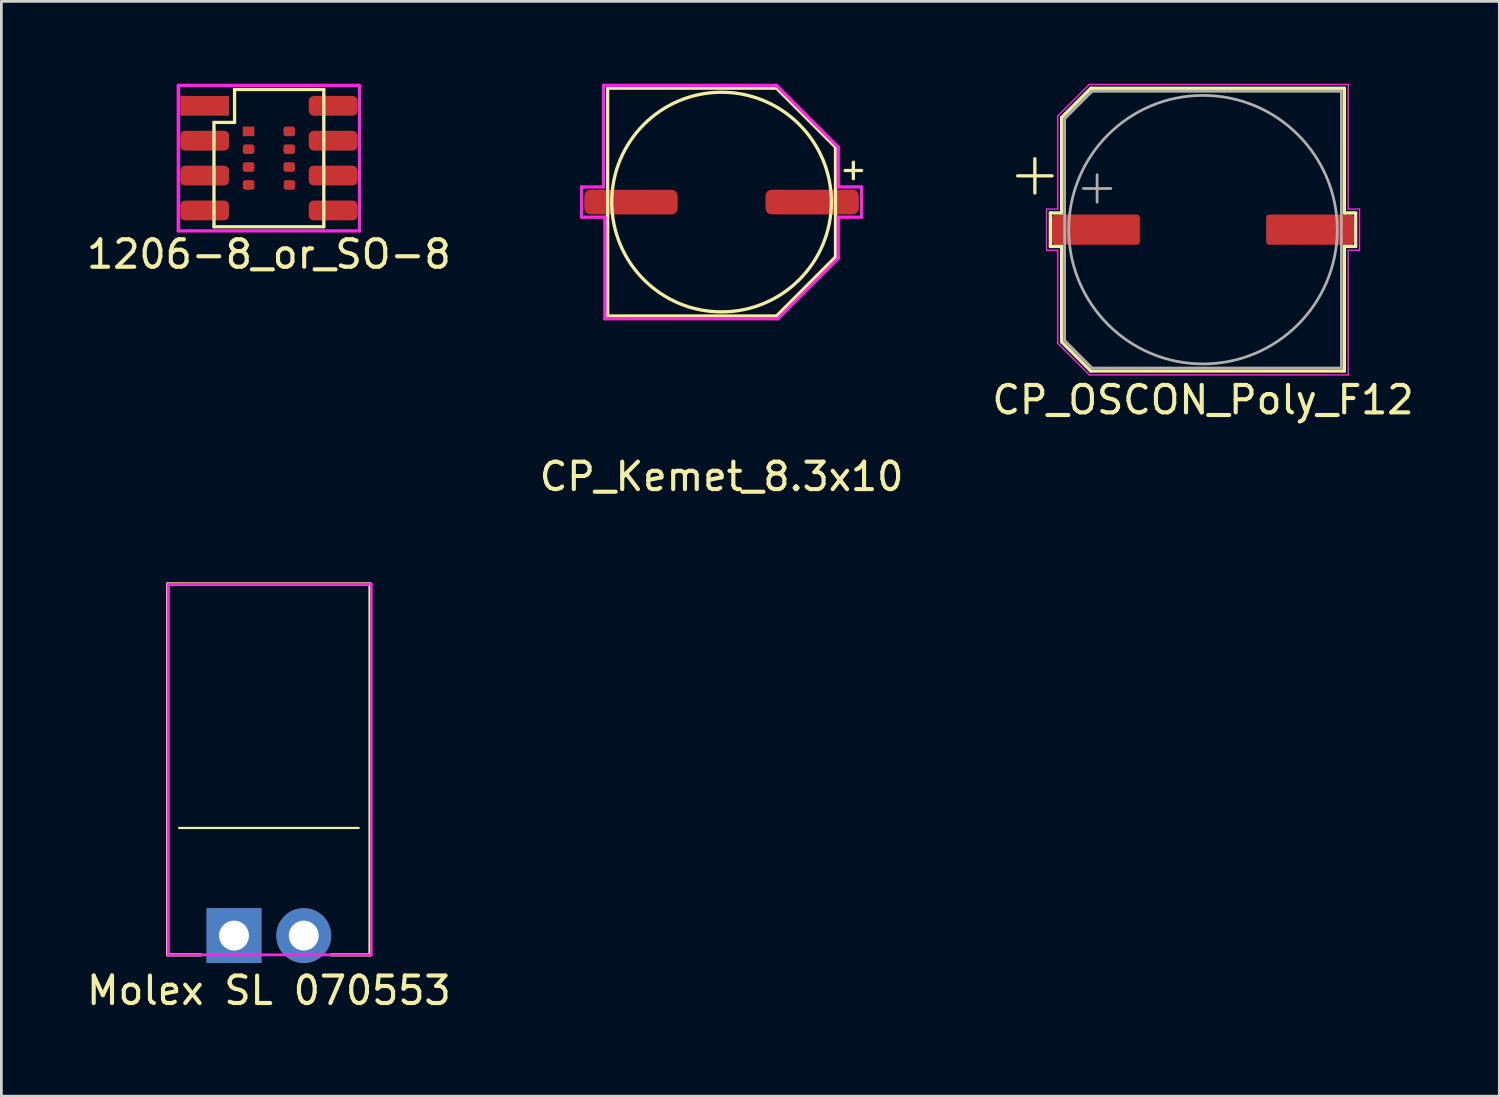
<source format=kicad_pcb>
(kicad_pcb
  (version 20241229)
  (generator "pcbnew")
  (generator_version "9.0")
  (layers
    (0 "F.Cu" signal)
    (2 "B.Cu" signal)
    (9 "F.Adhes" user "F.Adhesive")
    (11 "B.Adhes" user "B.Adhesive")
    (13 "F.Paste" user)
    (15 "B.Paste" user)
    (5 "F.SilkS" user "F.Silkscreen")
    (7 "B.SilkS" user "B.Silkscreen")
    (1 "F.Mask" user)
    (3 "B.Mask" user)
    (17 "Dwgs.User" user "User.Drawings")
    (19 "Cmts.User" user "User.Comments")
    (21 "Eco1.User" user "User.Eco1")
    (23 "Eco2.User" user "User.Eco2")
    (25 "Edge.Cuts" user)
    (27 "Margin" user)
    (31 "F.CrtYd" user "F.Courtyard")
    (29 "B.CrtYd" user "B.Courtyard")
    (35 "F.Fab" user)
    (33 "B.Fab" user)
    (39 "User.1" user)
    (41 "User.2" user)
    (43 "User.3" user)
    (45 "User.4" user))
  (footprint "CP_Kemet_8.3x10"
    (layer "F.Cu")
    (at 23.232 4.31)
    (property "Reference" "CP_Kemet_8.3x10" (at 0 10 0) (layer "F.SilkS") (effects (font (size 1 1) (thickness 0.15))))
    (attr through_hole)
    (fp_line (start -4.15 -4.15) (end -4.15 4.15) (stroke (width 0.12) (type solid)) (layer "F.SilkS"))
    (fp_line (start -4.15 4.15) (end 2 4.15) (stroke (width 0.12) (type solid)) (layer "F.SilkS"))
    (fp_line (start 2 -4.15) (end -4.15 -4.15) (stroke (width 0.12) (type solid)) (layer "F.SilkS"))
    (fp_line (start 2 4.15) (end 4.15 2) (stroke (width 0.12) (type solid)) (layer "F.SilkS"))
    (fp_line (start 4.15 -2) (end 2 -4.15) (stroke (width 0.12) (type solid)) (layer "F.SilkS"))
    (fp_line (start 4.15 2) (end 4.15 -2) (stroke (width 0.12) (type solid)) (layer "F.SilkS"))
    (fp_line (start 4.8 -1.45) (end 4.8 -0.85) (stroke (width 0.12) (type solid)) (layer "F.SilkS"))
    (fp_line (start 5.1 -1.15) (end 4.5 -1.15) (stroke (width 0.12) (type solid)) (layer "F.SilkS"))
    (fp_circle (center 0 0) (end 4 0) (stroke (width 0.12) (type solid)) (fill no) (layer "F.SilkS"))
    (fp_line (start -5.1 -0.55) (end -4.3 -0.55) (stroke (width 0.12) (type solid)) (layer "F.CrtYd"))
    (fp_line (start -5.1 0.55) (end -5.1 -0.55) (stroke (width 0.12) (type solid)) (layer "F.CrtYd"))
    (fp_line (start -4.3 -4.25) (end -4.25 -4.25) (stroke (width 0.12) (type solid)) (layer "F.CrtYd"))
    (fp_line (start -4.3 -0.55) (end -4.3 -4.25) (stroke (width 0.12) (type solid)) (layer "F.CrtYd"))
    (fp_line (start -4.25 -4.25) (end 2 -4.25) (stroke (width 0.12) (type solid)) (layer "F.CrtYd"))
    (fp_line (start -4.25 0.55) (end -5.1 0.55) (stroke (width 0.12) (type solid)) (layer "F.CrtYd"))
    (fp_line (start -4.25 4.25) (end -4.25 0.55) (stroke (width 0.12) (type solid)) (layer "F.CrtYd"))
    (fp_line (start 2 -4.25) (end 4.25 -2) (stroke (width 0.12) (type solid)) (layer "F.CrtYd"))
    (fp_line (start 2.05 4.25) (end -4.25 4.25) (stroke (width 0.12) (type solid)) (layer "F.CrtYd"))
    (fp_line (start 4.25 -2) (end 4.25 -0.55) (stroke (width 0.12) (type solid)) (layer "F.CrtYd"))
    (fp_line (start 4.25 -0.55) (end 5.1 -0.55) (stroke (width 0.12) (type solid)) (layer "F.CrtYd"))
    (fp_line (start 4.25 0.55) (end 4.25 2.05) (stroke (width 0.12) (type solid)) (layer "F.CrtYd"))
    (fp_line (start 4.25 2.05) (end 2.05 4.25) (stroke (width 0.12) (type solid)) (layer "F.CrtYd"))
    (fp_line (start 5.1 -0.55) (end 5.1 0.55) (stroke (width 0.12) (type solid)) (layer "F.CrtYd"))
    (fp_line (start 5.1 0.55) (end 4.25 0.55) (stroke (width 0.12) (type solid)) (layer "F.CrtYd"))
    (pad "1" smd roundrect (at 3.3 0) (size 3.4 0.9) (layers "F.Cu" "F.Mask" "F.Paste") (roundrect_rratio 0.25))
    (pad "2" smd roundrect (at -3.3 0) (size 3.4 0.9) (layers "F.Cu" "F.Mask" "F.Paste") (roundrect_rratio 0.25)))
  (footprint "1206-8_or_SO-8"
    (layer "F.Cu")
    (at 6.744 2.71)
    (property "Reference" "1206-8_or_SO-8" (at 0 3.5 0) (layer "F.SilkS") (effects (font (size 1 1) (thickness 0.15))))
    (attr through_hole)
    (fp_line (start -2 -1.3) (end -1.25 -1.3) (stroke (width 0.12) (type solid)) (layer "F.SilkS"))
    (fp_line (start -2 2.5) (end -2 -1.3) (stroke (width 0.12) (type solid)) (layer "F.SilkS"))
    (fp_line (start -1.25 -2.5) (end 2 -2.5) (stroke (width 0.12) (type solid)) (layer "F.SilkS"))
    (fp_line (start -1.25 -1.3) (end -1.25 -2.5) (stroke (width 0.12) (type solid)) (layer "F.SilkS"))
    (fp_line (start 2 -2.5) (end 2 2.5) (stroke (width 0.12) (type solid)) (layer "F.SilkS"))
    (fp_line (start 2 2.5) (end -2 2.5) (stroke (width 0.12) (type solid)) (layer "F.SilkS"))
    (fp_line (start -3.3 -2.65) (end 3.3 -2.65) (stroke (width 0.12) (type solid)) (layer "F.CrtYd"))
    (fp_line (start -3.3 2.65) (end -3.3 -2.65) (stroke (width 0.12) (type solid)) (layer "F.CrtYd"))
    (fp_line (start 3.3 -2.65) (end 3.3 2.65) (stroke (width 0.12) (type solid)) (layer "F.CrtYd"))
    (fp_line (start 3.3 2.65) (end -3.3 2.65) (stroke (width 0.12) (type solid)) (layer "F.CrtYd"))
    (pad "1" smd rect (at -2.34 -1.905) (size 1.78 0.72) (layers "F.Cu" "F.Mask" "F.Paste"))
    (pad "1" smd rect (at -0.74 -0.975) (size 0.42 0.35) (layers "F.Cu" "F.Mask" "F.Paste"))
    (pad "2" smd roundrect (at -2.34 -0.635) (size 1.78 0.72) (layers "F.Cu" "F.Mask" "F.Paste") (roundrect_rratio 0.25))
    (pad "2" smd roundrect (at -0.74 -0.325) (size 0.42 0.35) (layers "F.Cu" "F.Mask" "F.Paste") (roundrect_rratio 0.25))
    (pad "3" smd roundrect (at -2.34 0.635) (size 1.78 0.72) (layers "F.Cu" "F.Mask" "F.Paste") (roundrect_rratio 0.25))
    (pad "3" smd roundrect (at -0.74 0.325) (size 0.42 0.35) (layers "F.Cu" "F.Mask" "F.Paste") (roundrect_rratio 0.25))
    (pad "4" smd roundrect (at -2.34 1.905) (size 1.78 0.72) (layers "F.Cu" "F.Mask" "F.Paste") (roundrect_rratio 0.25))
    (pad "4" smd roundrect (at -0.74 0.975) (size 0.42 0.35) (layers "F.Cu" "F.Mask" "F.Paste") (roundrect_rratio 0.25))
    (pad "5" smd roundrect (at 0.75 0.975) (size 0.42 0.35) (layers "F.Cu" "F.Mask" "F.Paste") (roundrect_rratio 0.25))
    (pad "5" smd roundrect (at 2.34 1.905) (size 1.78 0.72) (layers "F.Cu" "F.Mask" "F.Paste") (roundrect_rratio 0.25))
    (pad "6" smd roundrect (at 0.74 0.325) (size 0.42 0.35) (layers "F.Cu" "F.Mask" "F.Paste") (roundrect_rratio 0.25))
    (pad "6" smd roundrect (at 2.34 0.635) (size 1.78 0.72) (layers "F.Cu" "F.Mask" "F.Paste") (roundrect_rratio 0.25))
    (pad "7" smd roundrect (at 0.74 -0.325) (size 0.42 0.35) (layers "F.Cu" "F.Mask" "F.Paste") (roundrect_rratio 0.25))
    (pad "7" smd roundrect (at 2.34 -0.635) (size 1.78 0.72) (layers "F.Cu" "F.Mask" "F.Paste") (roundrect_rratio 0.25))
    (pad "8" smd roundrect (at 0.74 -0.975) (size 0.42 0.35) (layers "F.Cu" "F.Mask" "F.Paste") (roundrect_rratio 0.25))
    (pad "8" smd roundrect (at 2.34 -1.905) (size 1.78 0.72) (layers "F.Cu" "F.Mask" "F.Paste") (roundrect_rratio 0.25)))
  (footprint "Molex SL 070553"
    (layer "F.Cu")
    (at 5.474 31.028)
    (property "Reference" "Molex SL 070553" (at 1.27 2 0) (layer "F.SilkS") (effects (font (size 1 1) (thickness 0.15))))
    (attr through_hole)
    (fp_line (start -2.415 -12.81) (end 4.955 -12.81) (stroke (width 0.12) (type solid)) (layer "F.SilkS"))
    (fp_line (start -2.415 0.7) (end -2.415 -12.81) (stroke (width 0.12) (type solid)) (layer "F.SilkS"))
    (fp_line (start -1.2 0.7) (end -2.415 0.7) (stroke (width 0.12) (type solid)) (layer "F.SilkS"))
    (fp_line (start 3.54 0.7) (end 4.955 0.7) (stroke (width 0.12) (type solid)) (layer "F.SilkS"))
    (fp_line (start 4.54 -3.92) (end -2 -3.92) (stroke (width 0.08) (type solid)) (layer "F.SilkS"))
    (fp_line (start 4.955 0.7) (end 4.955 -12.8) (stroke (width 0.12) (type solid)) (layer "F.SilkS"))
    (fp_line (start -2.4 -12.8) (end -2.4 0.7) (stroke (width 0.1) (type solid)) (layer "F.CrtYd"))
    (fp_line (start -2.4 0.7) (end 5 0.7) (stroke (width 0.1) (type solid)) (layer "F.CrtYd"))
    (fp_line (start 5 -12.8) (end -2.4 -12.8) (stroke (width 0.1) (type solid)) (layer "F.CrtYd"))
    (fp_line (start 5 0.7) (end 5 -12.8) (stroke (width 0.1) (type solid)) (layer "F.CrtYd"))
    (pad "1" thru_hole rect (at 0 0) (size 2 2) (drill 1.09) (layers "*.Cu" "*.Mask"))
    (pad "2" thru_hole circle (at 2.54 0) (size 2 2) (drill 1.09) (layers "*.Cu" "*.Mask")))
  (footprint "CP_OSCON_Poly_F12"
    (layer "F.Cu")
    (at 40.768 5.315)
    (property "Reference" "CP_OSCON_Poly_F12" (at 0 6.2 0) (layer "F.SilkS") (effects (font (size 1 1) (thickness 0.15))))
    (attr through_hole)
    (fp_line (start -6.75 -1.96) (end -5.5 -1.96) (stroke (width 0.12) (type solid)) (layer "F.SilkS"))
    (fp_line (start -6.125 -2.585) (end -6.125 -1.335) (stroke (width 0.12) (type solid)) (layer "F.SilkS"))
    (fp_line (start -5.56 0.61) (end -5.56 -0.61) (stroke (width 0.12) (type solid)) (layer "F.SilkS"))
    (fp_line (start -5.15 -4.086) (end -5.15 -0.61) (stroke (width 0.12) (type solid)) (layer "F.SilkS"))
    (fp_line (start -5.15 -4.086) (end -4.086 -5.15) (stroke (width 0.12) (type solid)) (layer "F.SilkS"))
    (fp_line (start -5.15 -0.61) (end -5.56 -0.61) (stroke (width 0.12) (type solid)) (layer "F.SilkS"))
    (fp_line (start -5.15 0.61) (end -5.56 0.61) (stroke (width 0.12) (type solid)) (layer "F.SilkS"))
    (fp_line (start -5.15 4.086) (end -5.15 0.61) (stroke (width 0.12) (type solid)) (layer "F.SilkS"))
    (fp_line (start -5.15 4.086) (end -4.086 5.15) (stroke (width 0.12) (type solid)) (layer "F.SilkS"))
    (fp_line (start -4.086 -5.15) (end 5.15 -5.15) (stroke (width 0.12) (type solid)) (layer "F.SilkS"))
    (fp_line (start -4.086 5.15) (end 5.15 5.15) (stroke (width 0.12) (type solid)) (layer "F.SilkS"))
    (fp_line (start 5.15 -5.15) (end 5.15 -0.61) (stroke (width 0.12) (type solid)) (layer "F.SilkS"))
    (fp_line (start 5.15 -0.61) (end 5.56 -0.61) (stroke (width 0.12) (type solid)) (layer "F.SilkS"))
    (fp_line (start 5.15 5.15) (end 5.15 0.61) (stroke (width 0.12) (type solid)) (layer "F.SilkS"))
    (fp_line (start 5.56 -0.61) (end 5.56 0.61) (stroke (width 0.12) (type solid)) (layer "F.SilkS"))
    (fp_line (start 5.56 0.61) (end 5.15 0.61) (stroke (width 0.12) (type solid)) (layer "F.SilkS"))
    (fp_line (start -5.7 -0.75) (end -5.7 0.75) (stroke (width 0.05) (type solid)) (layer "F.CrtYd"))
    (fp_line (start -5.7 0.75) (end -5.29 0.75) (stroke (width 0.05) (type solid)) (layer "F.CrtYd"))
    (fp_line (start -5.29 -4.14) (end -5.29 -0.75) (stroke (width 0.05) (type solid)) (layer "F.CrtYd"))
    (fp_line (start -5.29 -4.14) (end -4.14 -5.29) (stroke (width 0.05) (type solid)) (layer "F.CrtYd"))
    (fp_line (start -5.29 -0.75) (end -5.7 -0.75) (stroke (width 0.05) (type solid)) (layer "F.CrtYd"))
    (fp_line (start -5.29 0.75) (end -5.29 4.14) (stroke (width 0.05) (type solid)) (layer "F.CrtYd"))
    (fp_line (start -5.29 4.14) (end -4.14 5.29) (stroke (width 0.05) (type solid)) (layer "F.CrtYd"))
    (fp_line (start -4.14 -5.29) (end 5.29 -5.29) (stroke (width 0.05) (type solid)) (layer "F.CrtYd"))
    (fp_line (start -4.14 5.29) (end 5.29 5.29) (stroke (width 0.05) (type solid)) (layer "F.CrtYd"))
    (fp_line (start 5.29 -5.29) (end 5.29 -0.75) (stroke (width 0.05) (type solid)) (layer "F.CrtYd"))
    (fp_line (start 5.29 -0.75) (end 5.7 -0.75) (stroke (width 0.05) (type solid)) (layer "F.CrtYd"))
    (fp_line (start 5.29 0.75) (end 5.29 5.29) (stroke (width 0.05) (type solid)) (layer "F.CrtYd"))
    (fp_line (start 5.7 -0.75) (end 5.7 0.75) (stroke (width 0.05) (type solid)) (layer "F.CrtYd"))
    (fp_line (start 5.7 0.75) (end 5.29 0.75) (stroke (width 0.05) (type solid)) (layer "F.CrtYd"))
    (fp_line (start -5.04 -4.04) (end -5.04 4.04) (stroke (width 0.1) (type solid)) (layer "F.Fab"))
    (fp_line (start -5.04 -4.04) (end -4.04 -5.04) (stroke (width 0.1) (type solid)) (layer "F.Fab"))
    (fp_line (start -5.04 4.04) (end -4.04 5.04) (stroke (width 0.1) (type solid)) (layer "F.Fab"))
    (fp_line (start -4.358 -1.5) (end -3.358 -1.5) (stroke (width 0.1) (type solid)) (layer "F.Fab"))
    (fp_line (start -4.04 -5.04) (end 5.04 -5.04) (stroke (width 0.1) (type solid)) (layer "F.Fab"))
    (fp_line (start -4.04 5.04) (end 5.04 5.04) (stroke (width 0.1) (type solid)) (layer "F.Fab"))
    (fp_line (start -3.858 -2) (end -3.858 -1) (stroke (width 0.1) (type solid)) (layer "F.Fab"))
    (fp_line (start 5.04 -5.04) (end 5.04 5.04) (stroke (width 0.1) (type solid)) (layer "F.Fab"))
    (fp_circle (center 0 0) (end 4.89 0) (stroke (width 0.1) (type solid)) (fill no) (layer "F.Fab"))
    (pad "1" smd roundrect (at -3.9 0) (size 3.2 1.1) (layers "F.Cu" "F.Mask" "F.Paste") (roundrect_rratio 0.1))
    (pad "2" smd roundrect (at 3.9 0) (size 3.2 1.1) (layers "F.Cu" "F.Mask" "F.Paste") (roundrect_rratio 0.1)))
  (gr_rect
    (start -3 -3)
    (end 51.56 36.877)
    (stroke (width 0.1) (type default))
    (fill no)
    (layer "Edge.Cuts")))
</source>
